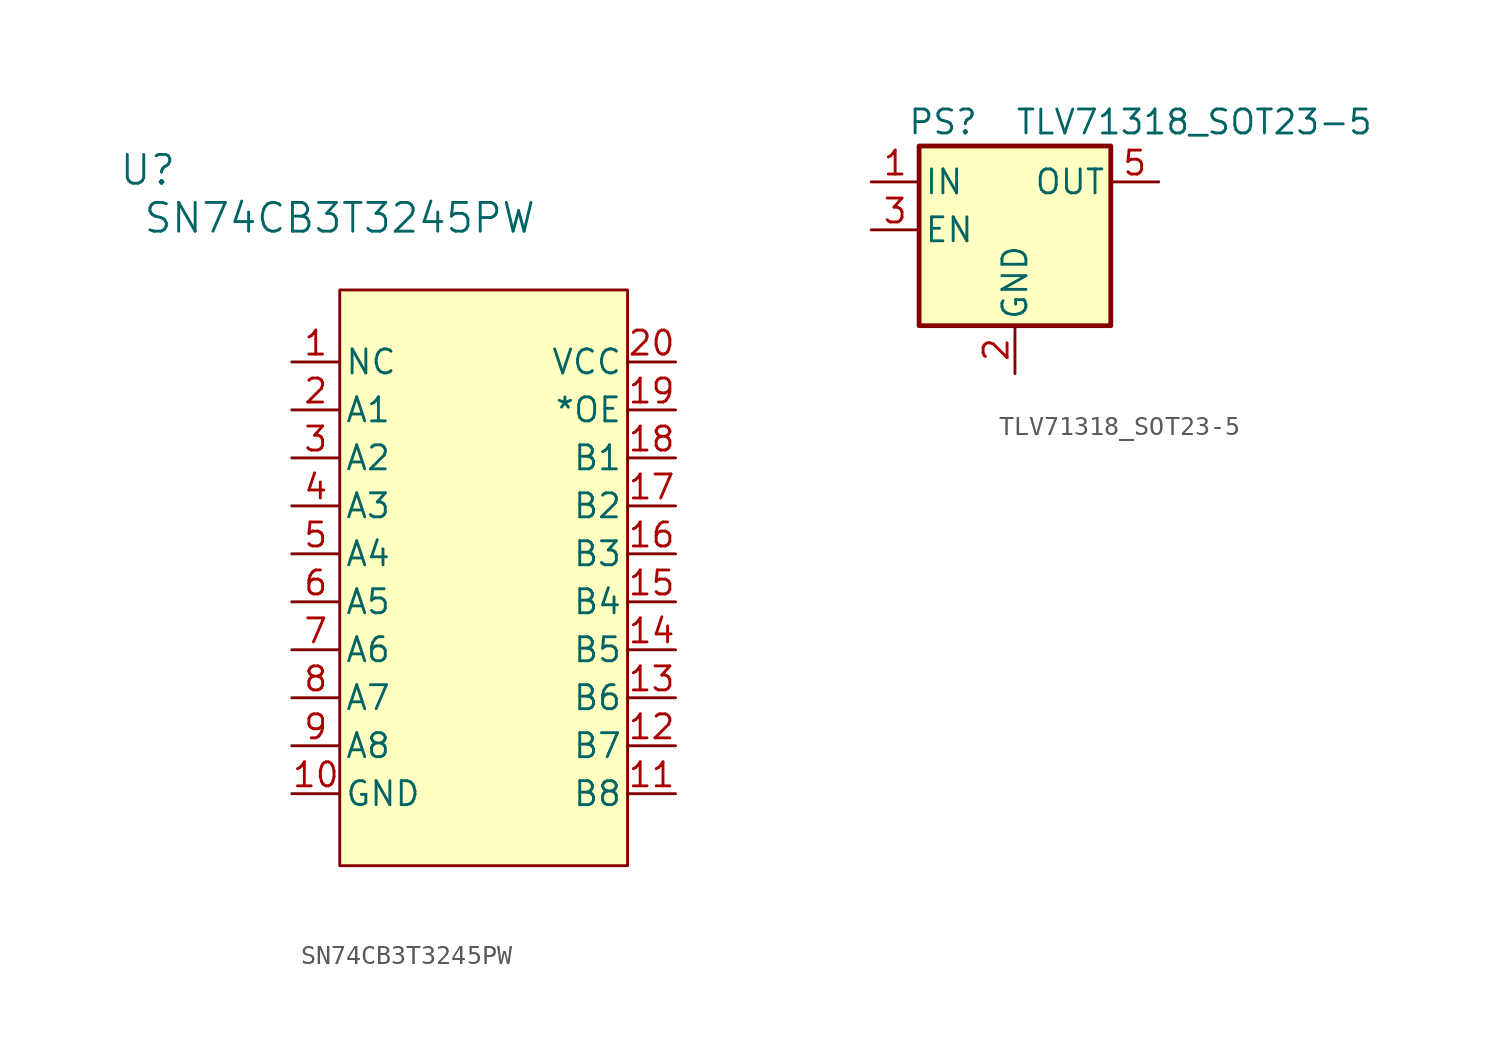
<source format=kicad_sym>
(kicad_symbol_lib
  (version 20220914)
  (generator kicad_symbol_editor)
  (symbol "SN74CB3T3245PW"
    (pin_names
      (offset 0.254))
    (property "Reference" "U"
      (at -2.54 10.16 0)
      (effects (font (size 1.524 1.524))))
    (property "Value" "SN74CB3T3245PW"
      (at 7.62 7.62 0)
      (effects (font (size 1.524 1.524))))
    (symbol "SN74CB3T3245PW_1_1"
      (rectangle (start 7.62 3.81) (end 22.86 -26.67) (stroke (width 0) (type default)) (fill (type background)))
      (pin unspecified line (at 5.08 0 0) (length 2.54) (name "NC" (effects (font (size 1.27 1.27)))) (number "1" (effects (font (size 1.27 1.27)))))
      (pin power_in line (at 5.08 -22.86 0) (length 2.54) (name "GND" (effects (font (size 1.27 1.27)))) (number "10" (effects (font (size 1.27 1.27)))))
      (pin bidirectional line (at 25.4 -22.86 180) (length 2.54) (name "B8" (effects (font (size 1.27 1.27)))) (number "11" (effects (font (size 1.27 1.27)))))
      (pin bidirectional line (at 25.4 -20.32 180) (length 2.54) (name "B7" (effects (font (size 1.27 1.27)))) (number "12" (effects (font (size 1.27 1.27)))))
      (pin bidirectional line (at 25.4 -17.78 180) (length 2.54) (name "B6" (effects (font (size 1.27 1.27)))) (number "13" (effects (font (size 1.27 1.27)))))
      (pin bidirectional line (at 25.4 -15.24 180) (length 2.54) (name "B5" (effects (font (size 1.27 1.27)))) (number "14" (effects (font (size 1.27 1.27)))))
      (pin bidirectional line (at 25.4 -12.7 180) (length 2.54) (name "B4" (effects (font (size 1.27 1.27)))) (number "15" (effects (font (size 1.27 1.27)))))
      (pin bidirectional line (at 25.4 -10.16 180) (length 2.54) (name "B3" (effects (font (size 1.27 1.27)))) (number "16" (effects (font (size 1.27 1.27)))))
      (pin bidirectional line (at 25.4 -7.62 180) (length 2.54) (name "B2" (effects (font (size 1.27 1.27)))) (number "17" (effects (font (size 1.27 1.27)))))
      (pin bidirectional line (at 25.4 -5.08 180) (length 2.54) (name "B1" (effects (font (size 1.27 1.27)))) (number "18" (effects (font (size 1.27 1.27)))))
      (pin input line (at 25.4 -2.54 180) (length 2.54) (name "*OE" (effects (font (size 1.27 1.27)))) (number "19" (effects (font (size 1.27 1.27)))))
      (pin bidirectional line (at 5.08 -2.54 0) (length 2.54) (name "A1" (effects (font (size 1.27 1.27)))) (number "2" (effects (font (size 1.27 1.27)))))
      (pin power_in line (at 25.4 0 180) (length 2.54) (name "VCC" (effects (font (size 1.27 1.27)))) (number "20" (effects (font (size 1.27 1.27)))))
      (pin bidirectional line (at 5.08 -5.08 0) (length 2.54) (name "A2" (effects (font (size 1.27 1.27)))) (number "3" (effects (font (size 1.27 1.27)))))
      (pin bidirectional line (at 5.08 -7.62 0) (length 2.54) (name "A3" (effects (font (size 1.27 1.27)))) (number "4" (effects (font (size 1.27 1.27)))))
      (pin bidirectional line (at 5.08 -10.16 0) (length 2.54) (name "A4" (effects (font (size 1.27 1.27)))) (number "5" (effects (font (size 1.27 1.27)))))
      (pin bidirectional line (at 5.08 -12.7 0) (length 2.54) (name "A5" (effects (font (size 1.27 1.27)))) (number "6" (effects (font (size 1.27 1.27)))))
      (pin bidirectional line (at 5.08 -15.24 0) (length 2.54) (name "A6" (effects (font (size 1.27 1.27)))) (number "7" (effects (font (size 1.27 1.27)))))
      (pin bidirectional line (at 5.08 -17.78 0) (length 2.54) (name "A7" (effects (font (size 1.27 1.27)))) (number "8" (effects (font (size 1.27 1.27)))))
      (pin bidirectional line (at 5.08 -20.32 0) (length 2.54) (name "A8" (effects (font (size 1.27 1.27)))) (number "9" (effects (font (size 1.27 1.27)))))))
  (symbol "TLV71318_SOT23-5"
    (pin_names
      (offset 0.254))
    (property "Reference" "PS"
      (at -3.81 5.715 0)
      (effects (font (size 1.27 1.27))))
    (property "Value" "TLV71318_SOT23-5"
      (at 0 5.715 0)
      (effects (font (size 1.27 1.27)) (justify left)))
    (symbol "TLV71318_SOT23-5_0_1"
      (rectangle (start -5.08 4.445) (end 5.08 -5.08) (stroke (width 0.254) (type default)) (fill (type background))))
    (symbol "TLV71318_SOT23-5_1_1"
      (pin power_in line (at -7.62 2.54 0) (length 2.54) (name "IN" (effects (font (size 1.27 1.27)))) (number "1" (effects (font (size 1.27 1.27)))))
      (pin power_in line (at 0 -7.62 90) (length 2.54) (name "GND" (effects (font (size 1.27 1.27)))) (number "2" (effects (font (size 1.27 1.27)))))
      (pin input line (at -7.62 0 0) (length 2.54) (name "EN" (effects (font (size 1.27 1.27)))) (number "3" (effects (font (size 1.27 1.27)))))
      (pin no_connect line (at 5.08 0 180) (length 2.54) hide (name "NC" (effects (font (size 1.27 1.27)))) (number "4" (effects (font (size 1.27 1.27)))))
      (pin power_out line (at 7.62 2.54 180) (length 2.54) (name "OUT" (effects (font (size 1.27 1.27)))) (number "5" (effects (font (size 1.27 1.27))))))))
</source>
